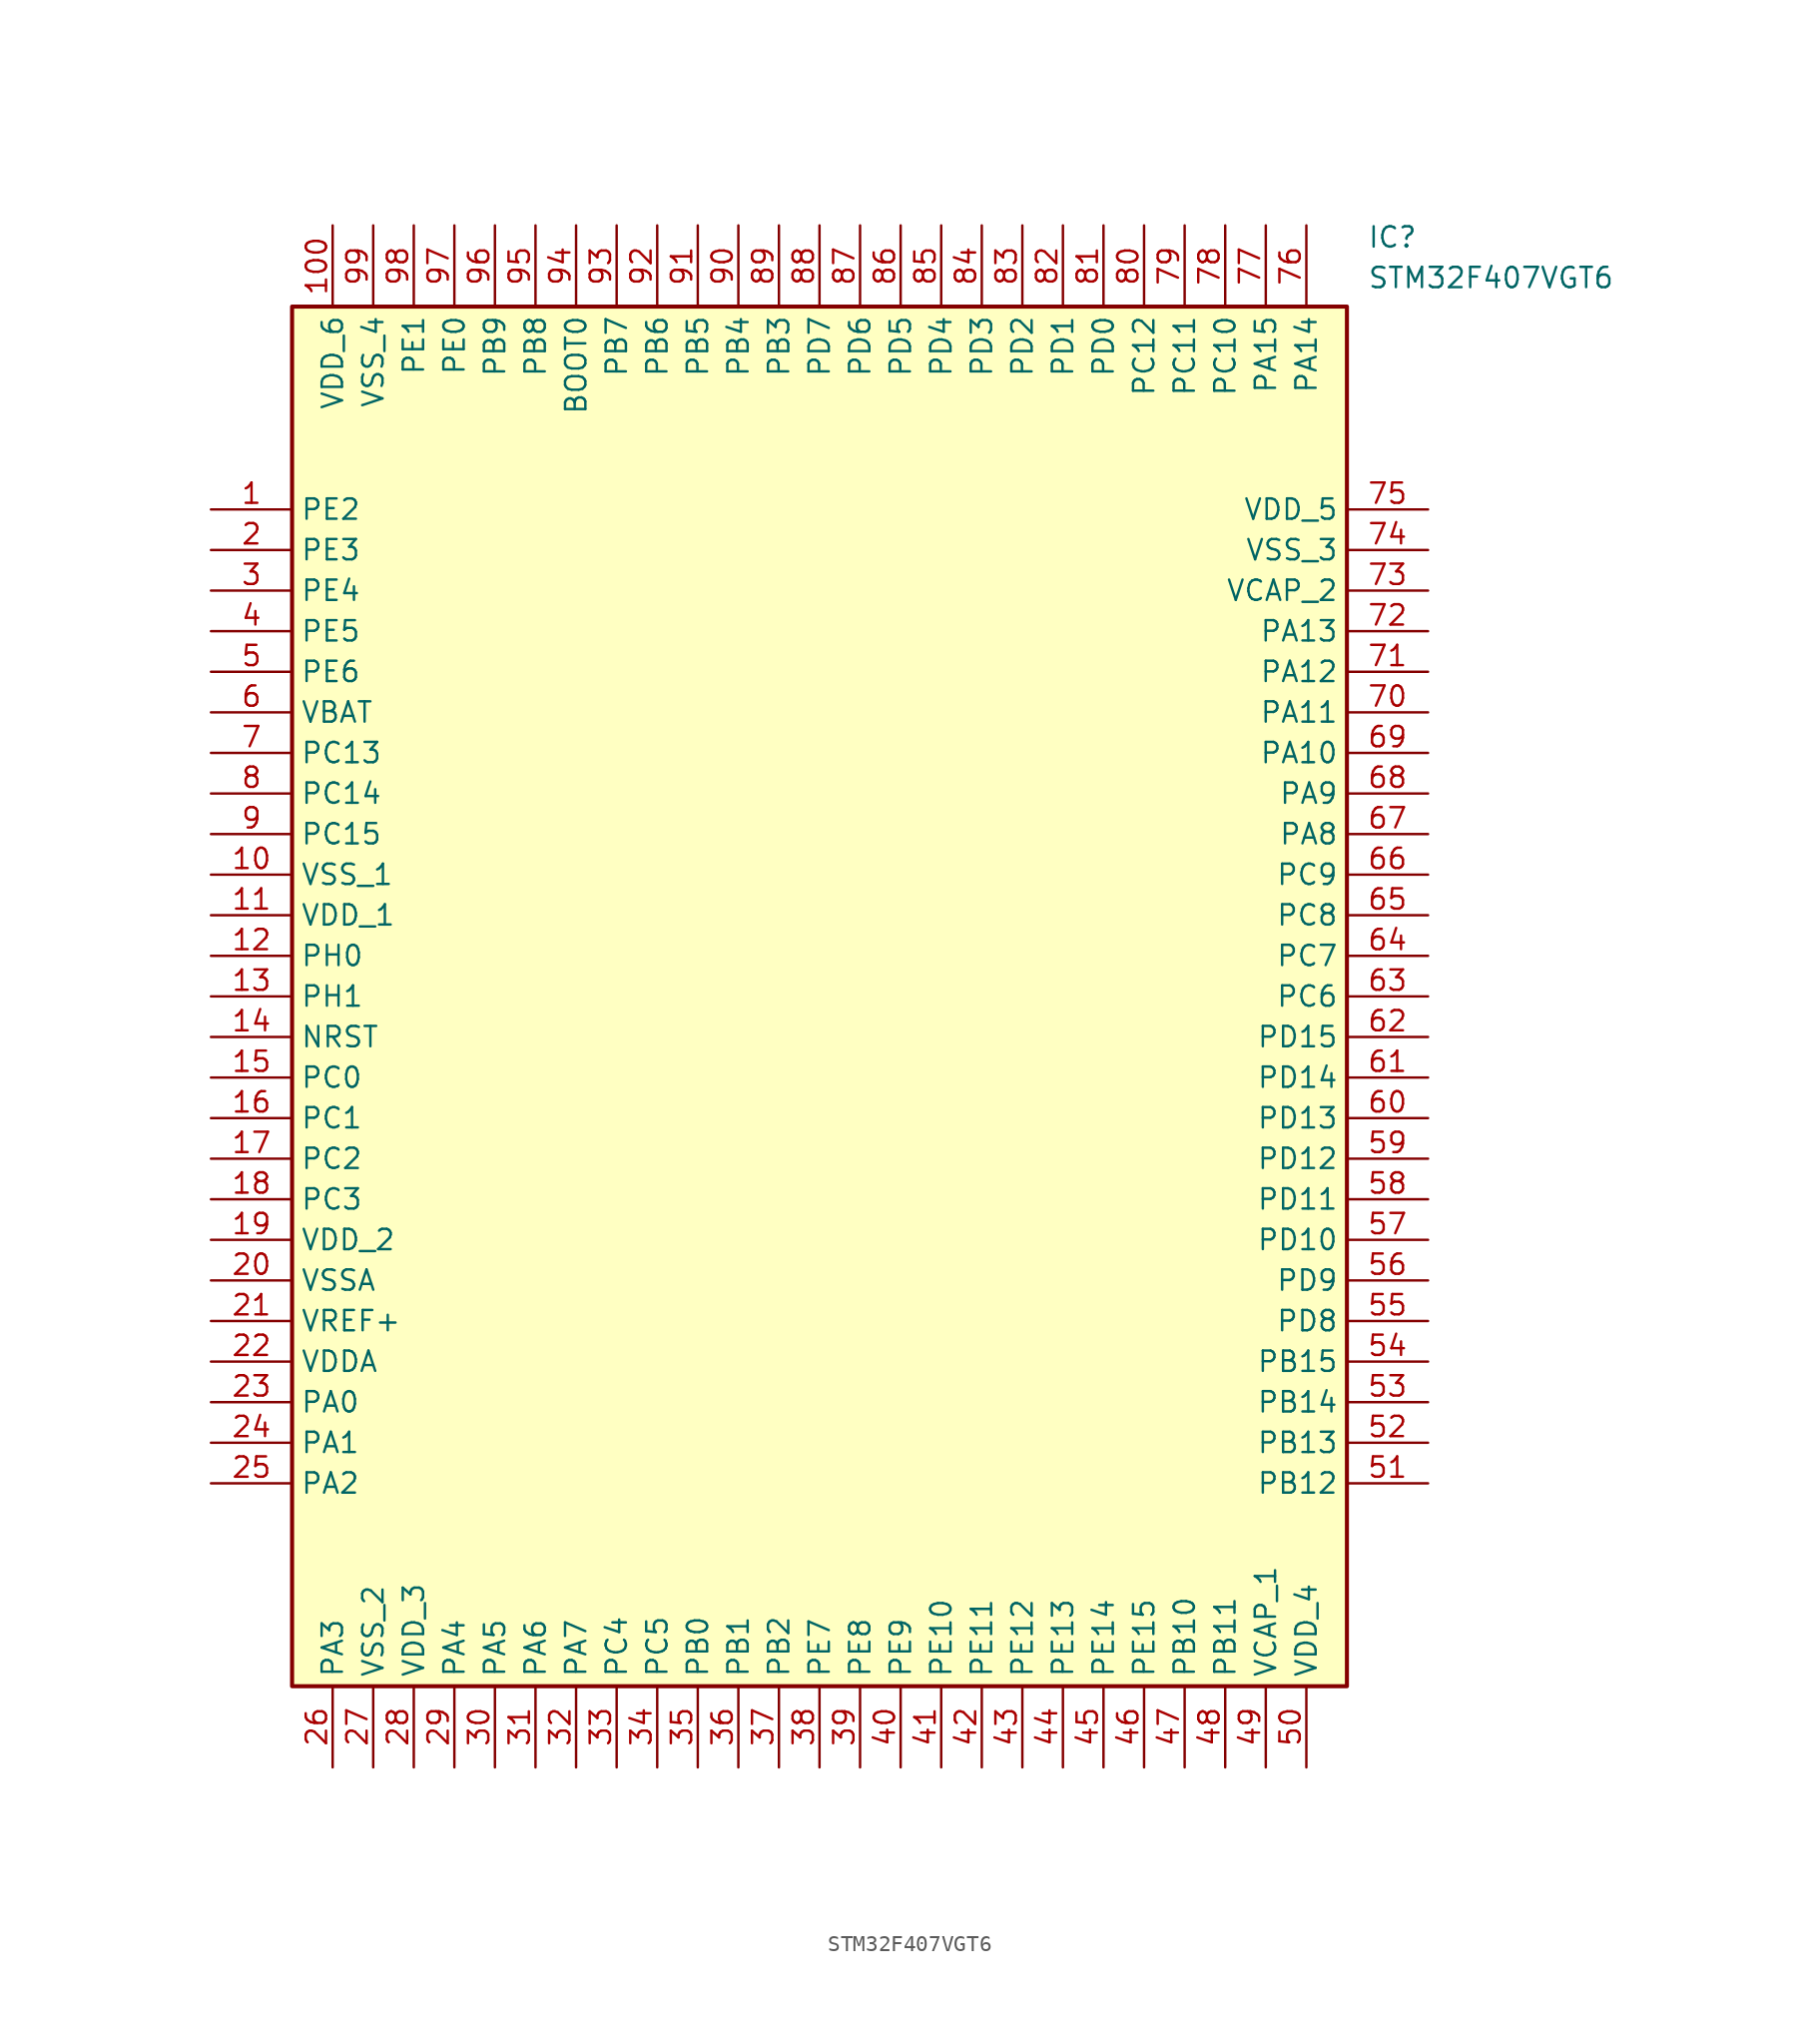
<source format=kicad_sym>
(kicad_symbol_lib
  (version 20211014)
  (generator SamacSys_ECAD_Model)
  (symbol "STM32F407VGT6"
    (property "Reference" "IC"
      (at 72.39 17.78 0)
      (effects (font (size 1.27 1.27)) (justify left top)))
    (property "Value" "STM32F407VGT6"
      (at 72.39 15.24 0)
      (effects (font (size 1.27 1.27)) (justify left top)))
    (rectangle
      (start 5.08 12.7)
      (end 71.12 -73.66)
      (stroke (width 0.254) (type default))
      (fill (type background)))
    (pin passive line
      (at 0 0 0)
      (length 5.08)
      (name "PE2" (effects (font (size 1.27 1.27))))
      (number "1" (effects (font (size 1.27 1.27)))))
    (pin passive line
      (at 0 -2.54 0)
      (length 5.08)
      (name "PE3" (effects (font (size 1.27 1.27))))
      (number "2" (effects (font (size 1.27 1.27)))))
    (pin passive line
      (at 0 -5.08 0)
      (length 5.08)
      (name "PE4" (effects (font (size 1.27 1.27))))
      (number "3" (effects (font (size 1.27 1.27)))))
    (pin passive line
      (at 0 -7.62 0)
      (length 5.08)
      (name "PE5" (effects (font (size 1.27 1.27))))
      (number "4" (effects (font (size 1.27 1.27)))))
    (pin passive line
      (at 0 -10.16 0)
      (length 5.08)
      (name "PE6" (effects (font (size 1.27 1.27))))
      (number "5" (effects (font (size 1.27 1.27)))))
    (pin passive line
      (at 0 -12.7 0)
      (length 5.08)
      (name "VBAT" (effects (font (size 1.27 1.27))))
      (number "6" (effects (font (size 1.27 1.27)))))
    (pin passive line
      (at 0 -15.24 0)
      (length 5.08)
      (name "PC13" (effects (font (size 1.27 1.27))))
      (number "7" (effects (font (size 1.27 1.27)))))
    (pin passive line
      (at 0 -17.78 0)
      (length 5.08)
      (name "PC14" (effects (font (size 1.27 1.27))))
      (number "8" (effects (font (size 1.27 1.27)))))
    (pin passive line
      (at 0 -20.32 0)
      (length 5.08)
      (name "PC15" (effects (font (size 1.27 1.27))))
      (number "9" (effects (font (size 1.27 1.27)))))
    (pin passive line
      (at 0 -22.86 0)
      (length 5.08)
      (name "VSS_1" (effects (font (size 1.27 1.27))))
      (number "10" (effects (font (size 1.27 1.27)))))
    (pin passive line
      (at 0 -25.4 0)
      (length 5.08)
      (name "VDD_1" (effects (font (size 1.27 1.27))))
      (number "11" (effects (font (size 1.27 1.27)))))
    (pin passive line
      (at 0 -27.94 0)
      (length 5.08)
      (name "PH0" (effects (font (size 1.27 1.27))))
      (number "12" (effects (font (size 1.27 1.27)))))
    (pin passive line
      (at 0 -30.48 0)
      (length 5.08)
      (name "PH1" (effects (font (size 1.27 1.27))))
      (number "13" (effects (font (size 1.27 1.27)))))
    (pin passive line
      (at 0 -33.02 0)
      (length 5.08)
      (name "NRST" (effects (font (size 1.27 1.27))))
      (number "14" (effects (font (size 1.27 1.27)))))
    (pin passive line
      (at 0 -35.56 0)
      (length 5.08)
      (name "PC0" (effects (font (size 1.27 1.27))))
      (number "15" (effects (font (size 1.27 1.27)))))
    (pin passive line
      (at 0 -38.1 0)
      (length 5.08)
      (name "PC1" (effects (font (size 1.27 1.27))))
      (number "16" (effects (font (size 1.27 1.27)))))
    (pin passive line
      (at 0 -40.64 0)
      (length 5.08)
      (name "PC2" (effects (font (size 1.27 1.27))))
      (number "17" (effects (font (size 1.27 1.27)))))
    (pin passive line
      (at 0 -43.18 0)
      (length 5.08)
      (name "PC3" (effects (font (size 1.27 1.27))))
      (number "18" (effects (font (size 1.27 1.27)))))
    (pin passive line
      (at 0 -45.72 0)
      (length 5.08)
      (name "VDD_2" (effects (font (size 1.27 1.27))))
      (number "19" (effects (font (size 1.27 1.27)))))
    (pin passive line
      (at 0 -48.26 0)
      (length 5.08)
      (name "VSSA" (effects (font (size 1.27 1.27))))
      (number "20" (effects (font (size 1.27 1.27)))))
    (pin passive line
      (at 0 -50.8 0)
      (length 5.08)
      (name "VREF+" (effects (font (size 1.27 1.27))))
      (number "21" (effects (font (size 1.27 1.27)))))
    (pin passive line
      (at 0 -53.34 0)
      (length 5.08)
      (name "VDDA" (effects (font (size 1.27 1.27))))
      (number "22" (effects (font (size 1.27 1.27)))))
    (pin passive line
      (at 0 -55.88 0)
      (length 5.08)
      (name "PA0" (effects (font (size 1.27 1.27))))
      (number "23" (effects (font (size 1.27 1.27)))))
    (pin passive line
      (at 0 -58.42 0)
      (length 5.08)
      (name "PA1" (effects (font (size 1.27 1.27))))
      (number "24" (effects (font (size 1.27 1.27)))))
    (pin passive line
      (at 0 -60.96 0)
      (length 5.08)
      (name "PA2" (effects (font (size 1.27 1.27))))
      (number "25" (effects (font (size 1.27 1.27)))))
    (pin passive line
      (at 7.62 -78.74 90)
      (length 5.08)
      (name "PA3" (effects (font (size 1.27 1.27))))
      (number "26" (effects (font (size 1.27 1.27)))))
    (pin passive line
      (at 10.16 -78.74 90)
      (length 5.08)
      (name "VSS_2" (effects (font (size 1.27 1.27))))
      (number "27" (effects (font (size 1.27 1.27)))))
    (pin passive line
      (at 12.7 -78.74 90)
      (length 5.08)
      (name "VDD_3" (effects (font (size 1.27 1.27))))
      (number "28" (effects (font (size 1.27 1.27)))))
    (pin passive line
      (at 15.24 -78.74 90)
      (length 5.08)
      (name "PA4" (effects (font (size 1.27 1.27))))
      (number "29" (effects (font (size 1.27 1.27)))))
    (pin passive line
      (at 17.78 -78.74 90)
      (length 5.08)
      (name "PA5" (effects (font (size 1.27 1.27))))
      (number "30" (effects (font (size 1.27 1.27)))))
    (pin passive line
      (at 20.32 -78.74 90)
      (length 5.08)
      (name "PA6" (effects (font (size 1.27 1.27))))
      (number "31" (effects (font (size 1.27 1.27)))))
    (pin passive line
      (at 22.86 -78.74 90)
      (length 5.08)
      (name "PA7" (effects (font (size 1.27 1.27))))
      (number "32" (effects (font (size 1.27 1.27)))))
    (pin passive line
      (at 25.4 -78.74 90)
      (length 5.08)
      (name "PC4" (effects (font (size 1.27 1.27))))
      (number "33" (effects (font (size 1.27 1.27)))))
    (pin passive line
      (at 27.94 -78.74 90)
      (length 5.08)
      (name "PC5" (effects (font (size 1.27 1.27))))
      (number "34" (effects (font (size 1.27 1.27)))))
    (pin passive line
      (at 30.48 -78.74 90)
      (length 5.08)
      (name "PB0" (effects (font (size 1.27 1.27))))
      (number "35" (effects (font (size 1.27 1.27)))))
    (pin passive line
      (at 33.02 -78.74 90)
      (length 5.08)
      (name "PB1" (effects (font (size 1.27 1.27))))
      (number "36" (effects (font (size 1.27 1.27)))))
    (pin passive line
      (at 35.56 -78.74 90)
      (length 5.08)
      (name "PB2" (effects (font (size 1.27 1.27))))
      (number "37" (effects (font (size 1.27 1.27)))))
    (pin passive line
      (at 38.1 -78.74 90)
      (length 5.08)
      (name "PE7" (effects (font (size 1.27 1.27))))
      (number "38" (effects (font (size 1.27 1.27)))))
    (pin passive line
      (at 40.64 -78.74 90)
      (length 5.08)
      (name "PE8" (effects (font (size 1.27 1.27))))
      (number "39" (effects (font (size 1.27 1.27)))))
    (pin passive line
      (at 43.18 -78.74 90)
      (length 5.08)
      (name "PE9" (effects (font (size 1.27 1.27))))
      (number "40" (effects (font (size 1.27 1.27)))))
    (pin passive line
      (at 45.72 -78.74 90)
      (length 5.08)
      (name "PE10" (effects (font (size 1.27 1.27))))
      (number "41" (effects (font (size 1.27 1.27)))))
    (pin passive line
      (at 48.26 -78.74 90)
      (length 5.08)
      (name "PE11" (effects (font (size 1.27 1.27))))
      (number "42" (effects (font (size 1.27 1.27)))))
    (pin passive line
      (at 50.8 -78.74 90)
      (length 5.08)
      (name "PE12" (effects (font (size 1.27 1.27))))
      (number "43" (effects (font (size 1.27 1.27)))))
    (pin passive line
      (at 53.34 -78.74 90)
      (length 5.08)
      (name "PE13" (effects (font (size 1.27 1.27))))
      (number "44" (effects (font (size 1.27 1.27)))))
    (pin passive line
      (at 55.88 -78.74 90)
      (length 5.08)
      (name "PE14" (effects (font (size 1.27 1.27))))
      (number "45" (effects (font (size 1.27 1.27)))))
    (pin passive line
      (at 58.42 -78.74 90)
      (length 5.08)
      (name "PE15" (effects (font (size 1.27 1.27))))
      (number "46" (effects (font (size 1.27 1.27)))))
    (pin passive line
      (at 60.96 -78.74 90)
      (length 5.08)
      (name "PB10" (effects (font (size 1.27 1.27))))
      (number "47" (effects (font (size 1.27 1.27)))))
    (pin passive line
      (at 63.5 -78.74 90)
      (length 5.08)
      (name "PB11" (effects (font (size 1.27 1.27))))
      (number "48" (effects (font (size 1.27 1.27)))))
    (pin passive line
      (at 66.04 -78.74 90)
      (length 5.08)
      (name "VCAP_1" (effects (font (size 1.27 1.27))))
      (number "49" (effects (font (size 1.27 1.27)))))
    (pin passive line
      (at 68.58 -78.74 90)
      (length 5.08)
      (name "VDD_4" (effects (font (size 1.27 1.27))))
      (number "50" (effects (font (size 1.27 1.27)))))
    (pin passive line
      (at 76.2 0 180)
      (length 5.08)
      (name "VDD_5" (effects (font (size 1.27 1.27))))
      (number "75" (effects (font (size 1.27 1.27)))))
    (pin passive line
      (at 76.2 -2.54 180)
      (length 5.08)
      (name "VSS_3" (effects (font (size 1.27 1.27))))
      (number "74" (effects (font (size 1.27 1.27)))))
    (pin passive line
      (at 76.2 -5.08 180)
      (length 5.08)
      (name "VCAP_2" (effects (font (size 1.27 1.27))))
      (number "73" (effects (font (size 1.27 1.27)))))
    (pin passive line
      (at 76.2 -7.62 180)
      (length 5.08)
      (name "PA13" (effects (font (size 1.27 1.27))))
      (number "72" (effects (font (size 1.27 1.27)))))
    (pin passive line
      (at 76.2 -10.16 180)
      (length 5.08)
      (name "PA12" (effects (font (size 1.27 1.27))))
      (number "71" (effects (font (size 1.27 1.27)))))
    (pin passive line
      (at 76.2 -12.7 180)
      (length 5.08)
      (name "PA11" (effects (font (size 1.27 1.27))))
      (number "70" (effects (font (size 1.27 1.27)))))
    (pin passive line
      (at 76.2 -15.24 180)
      (length 5.08)
      (name "PA10" (effects (font (size 1.27 1.27))))
      (number "69" (effects (font (size 1.27 1.27)))))
    (pin passive line
      (at 76.2 -17.78 180)
      (length 5.08)
      (name "PA9" (effects (font (size 1.27 1.27))))
      (number "68" (effects (font (size 1.27 1.27)))))
    (pin passive line
      (at 76.2 -20.32 180)
      (length 5.08)
      (name "PA8" (effects (font (size 1.27 1.27))))
      (number "67" (effects (font (size 1.27 1.27)))))
    (pin passive line
      (at 76.2 -22.86 180)
      (length 5.08)
      (name "PC9" (effects (font (size 1.27 1.27))))
      (number "66" (effects (font (size 1.27 1.27)))))
    (pin passive line
      (at 76.2 -25.4 180)
      (length 5.08)
      (name "PC8" (effects (font (size 1.27 1.27))))
      (number "65" (effects (font (size 1.27 1.27)))))
    (pin passive line
      (at 76.2 -27.94 180)
      (length 5.08)
      (name "PC7" (effects (font (size 1.27 1.27))))
      (number "64" (effects (font (size 1.27 1.27)))))
    (pin passive line
      (at 76.2 -30.48 180)
      (length 5.08)
      (name "PC6" (effects (font (size 1.27 1.27))))
      (number "63" (effects (font (size 1.27 1.27)))))
    (pin passive line
      (at 76.2 -33.02 180)
      (length 5.08)
      (name "PD15" (effects (font (size 1.27 1.27))))
      (number "62" (effects (font (size 1.27 1.27)))))
    (pin passive line
      (at 76.2 -35.56 180)
      (length 5.08)
      (name "PD14" (effects (font (size 1.27 1.27))))
      (number "61" (effects (font (size 1.27 1.27)))))
    (pin passive line
      (at 76.2 -38.1 180)
      (length 5.08)
      (name "PD13" (effects (font (size 1.27 1.27))))
      (number "60" (effects (font (size 1.27 1.27)))))
    (pin passive line
      (at 76.2 -40.64 180)
      (length 5.08)
      (name "PD12" (effects (font (size 1.27 1.27))))
      (number "59" (effects (font (size 1.27 1.27)))))
    (pin passive line
      (at 76.2 -43.18 180)
      (length 5.08)
      (name "PD11" (effects (font (size 1.27 1.27))))
      (number "58" (effects (font (size 1.27 1.27)))))
    (pin passive line
      (at 76.2 -45.72 180)
      (length 5.08)
      (name "PD10" (effects (font (size 1.27 1.27))))
      (number "57" (effects (font (size 1.27 1.27)))))
    (pin passive line
      (at 76.2 -48.26 180)
      (length 5.08)
      (name "PD9" (effects (font (size 1.27 1.27))))
      (number "56" (effects (font (size 1.27 1.27)))))
    (pin passive line
      (at 76.2 -50.8 180)
      (length 5.08)
      (name "PD8" (effects (font (size 1.27 1.27))))
      (number "55" (effects (font (size 1.27 1.27)))))
    (pin passive line
      (at 76.2 -53.34 180)
      (length 5.08)
      (name "PB15" (effects (font (size 1.27 1.27))))
      (number "54" (effects (font (size 1.27 1.27)))))
    (pin passive line
      (at 76.2 -55.88 180)
      (length 5.08)
      (name "PB14" (effects (font (size 1.27 1.27))))
      (number "53" (effects (font (size 1.27 1.27)))))
    (pin passive line
      (at 76.2 -58.42 180)
      (length 5.08)
      (name "PB13" (effects (font (size 1.27 1.27))))
      (number "52" (effects (font (size 1.27 1.27)))))
    (pin passive line
      (at 76.2 -60.96 180)
      (length 5.08)
      (name "PB12" (effects (font (size 1.27 1.27))))
      (number "51" (effects (font (size 1.27 1.27)))))
    (pin passive line
      (at 7.62 17.78 270)
      (length 5.08)
      (name "VDD_6" (effects (font (size 1.27 1.27))))
      (number "100" (effects (font (size 1.27 1.27)))))
    (pin passive line
      (at 10.16 17.78 270)
      (length 5.08)
      (name "VSS_4" (effects (font (size 1.27 1.27))))
      (number "99" (effects (font (size 1.27 1.27)))))
    (pin passive line
      (at 12.7 17.78 270)
      (length 5.08)
      (name "PE1" (effects (font (size 1.27 1.27))))
      (number "98" (effects (font (size 1.27 1.27)))))
    (pin passive line
      (at 15.24 17.78 270)
      (length 5.08)
      (name "PE0" (effects (font (size 1.27 1.27))))
      (number "97" (effects (font (size 1.27 1.27)))))
    (pin passive line
      (at 17.78 17.78 270)
      (length 5.08)
      (name "PB9" (effects (font (size 1.27 1.27))))
      (number "96" (effects (font (size 1.27 1.27)))))
    (pin passive line
      (at 20.32 17.78 270)
      (length 5.08)
      (name "PB8" (effects (font (size 1.27 1.27))))
      (number "95" (effects (font (size 1.27 1.27)))))
    (pin passive line
      (at 22.86 17.78 270)
      (length 5.08)
      (name "BOOT0" (effects (font (size 1.27 1.27))))
      (number "94" (effects (font (size 1.27 1.27)))))
    (pin passive line
      (at 25.4 17.78 270)
      (length 5.08)
      (name "PB7" (effects (font (size 1.27 1.27))))
      (number "93" (effects (font (size 1.27 1.27)))))
    (pin passive line
      (at 27.94 17.78 270)
      (length 5.08)
      (name "PB6" (effects (font (size 1.27 1.27))))
      (number "92" (effects (font (size 1.27 1.27)))))
    (pin passive line
      (at 30.48 17.78 270)
      (length 5.08)
      (name "PB5" (effects (font (size 1.27 1.27))))
      (number "91" (effects (font (size 1.27 1.27)))))
    (pin passive line
      (at 33.02 17.78 270)
      (length 5.08)
      (name "PB4" (effects (font (size 1.27 1.27))))
      (number "90" (effects (font (size 1.27 1.27)))))
    (pin passive line
      (at 35.56 17.78 270)
      (length 5.08)
      (name "PB3" (effects (font (size 1.27 1.27))))
      (number "89" (effects (font (size 1.27 1.27)))))
    (pin passive line
      (at 38.1 17.78 270)
      (length 5.08)
      (name "PD7" (effects (font (size 1.27 1.27))))
      (number "88" (effects (font (size 1.27 1.27)))))
    (pin passive line
      (at 40.64 17.78 270)
      (length 5.08)
      (name "PD6" (effects (font (size 1.27 1.27))))
      (number "87" (effects (font (size 1.27 1.27)))))
    (pin passive line
      (at 43.18 17.78 270)
      (length 5.08)
      (name "PD5" (effects (font (size 1.27 1.27))))
      (number "86" (effects (font (size 1.27 1.27)))))
    (pin passive line
      (at 45.72 17.78 270)
      (length 5.08)
      (name "PD4" (effects (font (size 1.27 1.27))))
      (number "85" (effects (font (size 1.27 1.27)))))
    (pin passive line
      (at 48.26 17.78 270)
      (length 5.08)
      (name "PD3" (effects (font (size 1.27 1.27))))
      (number "84" (effects (font (size 1.27 1.27)))))
    (pin passive line
      (at 50.8 17.78 270)
      (length 5.08)
      (name "PD2" (effects (font (size 1.27 1.27))))
      (number "83" (effects (font (size 1.27 1.27)))))
    (pin passive line
      (at 53.34 17.78 270)
      (length 5.08)
      (name "PD1" (effects (font (size 1.27 1.27))))
      (number "82" (effects (font (size 1.27 1.27)))))
    (pin passive line
      (at 55.88 17.78 270)
      (length 5.08)
      (name "PD0" (effects (font (size 1.27 1.27))))
      (number "81" (effects (font (size 1.27 1.27)))))
    (pin passive line
      (at 58.42 17.78 270)
      (length 5.08)
      (name "PC12" (effects (font (size 1.27 1.27))))
      (number "80" (effects (font (size 1.27 1.27)))))
    (pin passive line
      (at 60.96 17.78 270)
      (length 5.08)
      (name "PC11" (effects (font (size 1.27 1.27))))
      (number "79" (effects (font (size 1.27 1.27)))))
    (pin passive line
      (at 63.5 17.78 270)
      (length 5.08)
      (name "PC10" (effects (font (size 1.27 1.27))))
      (number "78" (effects (font (size 1.27 1.27)))))
    (pin passive line
      (at 66.04 17.78 270)
      (length 5.08)
      (name "PA15" (effects (font (size 1.27 1.27))))
      (number "77" (effects (font (size 1.27 1.27)))))
    (pin passive line
      (at 68.58 17.78 270)
      (length 5.08)
      (name "PA14" (effects (font (size 1.27 1.27))))
      (number "76" (effects (font (size 1.27 1.27)))))))
</source>
